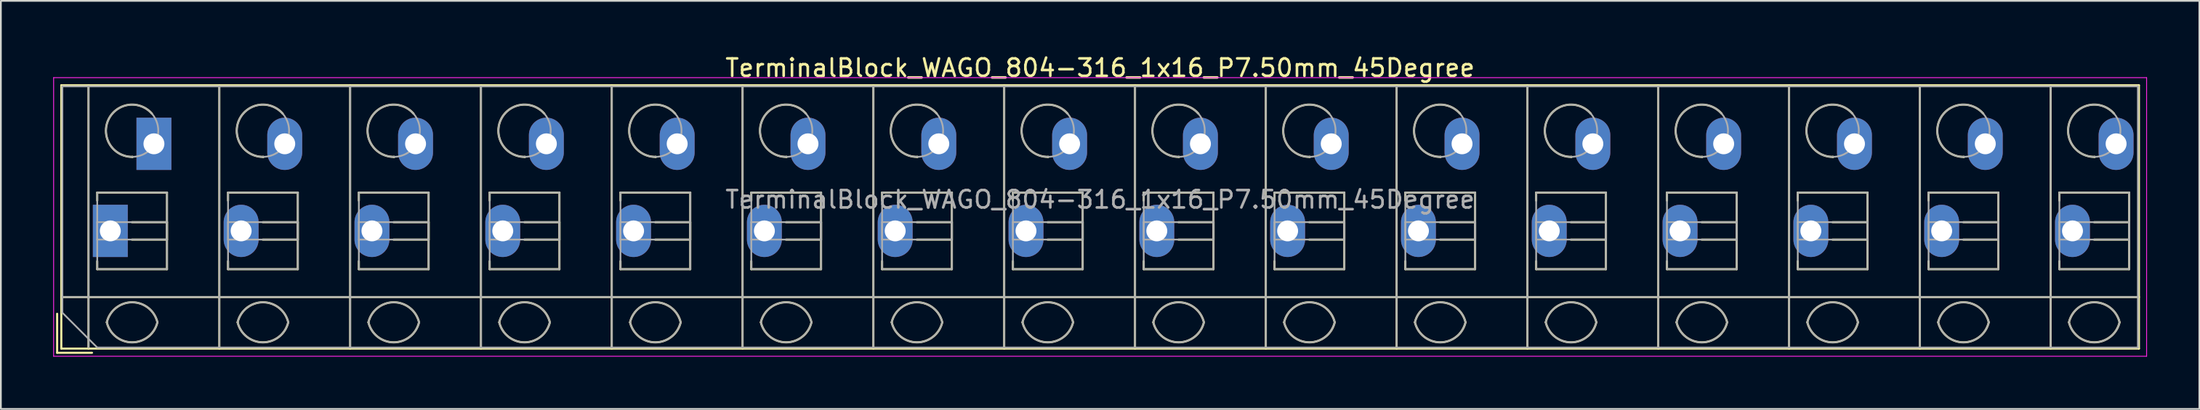
<source format=kicad_pcb>
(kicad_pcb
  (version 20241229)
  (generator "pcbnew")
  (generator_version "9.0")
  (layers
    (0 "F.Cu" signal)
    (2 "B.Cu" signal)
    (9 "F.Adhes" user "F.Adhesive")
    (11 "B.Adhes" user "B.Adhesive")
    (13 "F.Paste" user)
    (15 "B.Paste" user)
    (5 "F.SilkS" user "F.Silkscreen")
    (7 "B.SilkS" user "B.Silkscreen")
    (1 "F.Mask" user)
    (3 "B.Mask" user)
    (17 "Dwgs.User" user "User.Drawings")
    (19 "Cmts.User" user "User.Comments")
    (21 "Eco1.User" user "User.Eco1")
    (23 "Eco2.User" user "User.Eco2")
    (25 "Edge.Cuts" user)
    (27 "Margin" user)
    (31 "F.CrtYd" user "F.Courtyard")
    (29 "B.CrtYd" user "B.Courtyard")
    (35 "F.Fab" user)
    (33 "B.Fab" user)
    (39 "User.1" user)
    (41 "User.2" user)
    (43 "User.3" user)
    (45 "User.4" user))
  (footprint "TerminalBlock_WAGO_804-316_1x16_P7.50mm_45Degree"
    (layer "F.Cu")
    (at 3.275 10.208)
    (property "Reference" "TerminalBlock_WAGO_804-316_1x16_P7.50mm_45Degree" (at 56.75 -9.36 0) (layer "F.SilkS") (effects (font (size 1 1) (thickness 0.15))))
    (attr through_hole)
    (fp_line (start -3.05 4.76) (end -3.05 7) (stroke (width 0.12) (type solid)) (layer "F.SilkS"))
    (fp_line (start -3.05 7) (end -1.05 7) (stroke (width 0.12) (type solid)) (layer "F.SilkS"))
    (fp_line (start -2.81 -8.361) (end -2.81 6.76) (stroke (width 0.12) (type solid)) (layer "F.SilkS"))
    (fp_line (start -2.81 -8.361) (end 116.31 -8.361) (stroke (width 0.12) (type solid)) (layer "F.SilkS"))
    (fp_line (start -2.81 3.8) (end 116.31 3.8) (stroke (width 0.12) (type solid)) (layer "F.SilkS"))
    (fp_line (start -2.81 6.76) (end 116.31 6.76) (stroke (width 0.12) (type solid)) (layer "F.SilkS"))
    (fp_line (start -1.25 -8.361) (end -1.25 6.76) (stroke (width 0.12) (type solid)) (layer "F.SilkS"))
    (fp_line (start -0.75 -2.2) (end -0.75 -1.74) (stroke (width 0.12) (type solid)) (layer "F.SilkS"))
    (fp_line (start -0.75 -2.2) (end 3.25 -2.2) (stroke (width 0.12) (type solid)) (layer "F.SilkS"))
    (fp_line (start -0.75 1.74) (end -0.75 2.2) (stroke (width 0.12) (type solid)) (layer "F.SilkS"))
    (fp_line (start -0.75 2.2) (end 3.25 2.2) (stroke (width 0.12) (type solid)) (layer "F.SilkS"))
    (fp_line (start 1.24 -0.5) (end 3.25 -0.5) (stroke (width 0.12) (type solid)) (layer "F.SilkS"))
    (fp_line (start 1.24 0.5) (end 3.25 0.5) (stroke (width 0.12) (type solid)) (layer "F.SilkS"))
    (fp_line (start 3.25 -2.2) (end 3.25 2.2) (stroke (width 0.12) (type solid)) (layer "F.SilkS"))
    (fp_line (start 3.25 -0.5) (end 3.25 0.5) (stroke (width 0.12) (type solid)) (layer "F.SilkS"))
    (fp_line (start 6.25 -8.361) (end 6.25 6.76) (stroke (width 0.12) (type solid)) (layer "F.SilkS"))
    (fp_line (start 6.75 -2.2) (end 6.75 -1.74) (stroke (width 0.12) (type solid)) (layer "F.SilkS"))
    (fp_line (start 6.75 -2.2) (end 10.75 -2.2) (stroke (width 0.12) (type solid)) (layer "F.SilkS"))
    (fp_line (start 6.75 1.74) (end 6.75 2.2) (stroke (width 0.12) (type solid)) (layer "F.SilkS"))
    (fp_line (start 6.75 2.2) (end 10.75 2.2) (stroke (width 0.12) (type solid)) (layer "F.SilkS"))
    (fp_line (start 8.74 -0.5) (end 10.75 -0.5) (stroke (width 0.12) (type solid)) (layer "F.SilkS"))
    (fp_line (start 8.74 0.5) (end 10.75 0.5) (stroke (width 0.12) (type solid)) (layer "F.SilkS"))
    (fp_line (start 10.75 -2.2) (end 10.75 2.2) (stroke (width 0.12) (type solid)) (layer "F.SilkS"))
    (fp_line (start 10.75 -0.5) (end 10.75 0.5) (stroke (width 0.12) (type solid)) (layer "F.SilkS"))
    (fp_line (start 13.75 -8.361) (end 13.75 6.76) (stroke (width 0.12) (type solid)) (layer "F.SilkS"))
    (fp_line (start 14.25 -2.2) (end 14.25 -1.74) (stroke (width 0.12) (type solid)) (layer "F.SilkS"))
    (fp_line (start 14.25 -2.2) (end 18.25 -2.2) (stroke (width 0.12) (type solid)) (layer "F.SilkS"))
    (fp_line (start 14.25 1.74) (end 14.25 2.2) (stroke (width 0.12) (type solid)) (layer "F.SilkS"))
    (fp_line (start 14.25 2.2) (end 18.25 2.2) (stroke (width 0.12) (type solid)) (layer "F.SilkS"))
    (fp_line (start 16.24 -0.5) (end 18.25 -0.5) (stroke (width 0.12) (type solid)) (layer "F.SilkS"))
    (fp_line (start 16.24 0.5) (end 18.25 0.5) (stroke (width 0.12) (type solid)) (layer "F.SilkS"))
    (fp_line (start 18.25 -2.2) (end 18.25 2.2) (stroke (width 0.12) (type solid)) (layer "F.SilkS"))
    (fp_line (start 18.25 -0.5) (end 18.25 0.5) (stroke (width 0.12) (type solid)) (layer "F.SilkS"))
    (fp_line (start 21.25 -8.361) (end 21.25 6.76) (stroke (width 0.12) (type solid)) (layer "F.SilkS"))
    (fp_line (start 21.75 -2.2) (end 21.75 -1.74) (stroke (width 0.12) (type solid)) (layer "F.SilkS"))
    (fp_line (start 21.75 -2.2) (end 25.75 -2.2) (stroke (width 0.12) (type solid)) (layer "F.SilkS"))
    (fp_line (start 21.75 1.74) (end 21.75 2.2) (stroke (width 0.12) (type solid)) (layer "F.SilkS"))
    (fp_line (start 21.75 2.2) (end 25.75 2.2) (stroke (width 0.12) (type solid)) (layer "F.SilkS"))
    (fp_line (start 23.74 -0.5) (end 25.75 -0.5) (stroke (width 0.12) (type solid)) (layer "F.SilkS"))
    (fp_line (start 23.74 0.5) (end 25.75 0.5) (stroke (width 0.12) (type solid)) (layer "F.SilkS"))
    (fp_line (start 25.75 -2.2) (end 25.75 2.2) (stroke (width 0.12) (type solid)) (layer "F.SilkS"))
    (fp_line (start 25.75 -0.5) (end 25.75 0.5) (stroke (width 0.12) (type solid)) (layer "F.SilkS"))
    (fp_line (start 28.75 -8.361) (end 28.75 6.76) (stroke (width 0.12) (type solid)) (layer "F.SilkS"))
    (fp_line (start 29.25 -2.2) (end 29.25 -1.74) (stroke (width 0.12) (type solid)) (layer "F.SilkS"))
    (fp_line (start 29.25 -2.2) (end 33.25 -2.2) (stroke (width 0.12) (type solid)) (layer "F.SilkS"))
    (fp_line (start 29.25 1.74) (end 29.25 2.2) (stroke (width 0.12) (type solid)) (layer "F.SilkS"))
    (fp_line (start 29.25 2.2) (end 33.25 2.2) (stroke (width 0.12) (type solid)) (layer "F.SilkS"))
    (fp_line (start 31.24 -0.5) (end 33.25 -0.5) (stroke (width 0.12) (type solid)) (layer "F.SilkS"))
    (fp_line (start 31.24 0.5) (end 33.25 0.5) (stroke (width 0.12) (type solid)) (layer "F.SilkS"))
    (fp_line (start 33.25 -2.2) (end 33.25 2.2) (stroke (width 0.12) (type solid)) (layer "F.SilkS"))
    (fp_line (start 33.25 -0.5) (end 33.25 0.5) (stroke (width 0.12) (type solid)) (layer "F.SilkS"))
    (fp_line (start 36.25 -8.361) (end 36.25 6.76) (stroke (width 0.12) (type solid)) (layer "F.SilkS"))
    (fp_line (start 36.75 -2.2) (end 36.75 -1.74) (stroke (width 0.12) (type solid)) (layer "F.SilkS"))
    (fp_line (start 36.75 -2.2) (end 40.75 -2.2) (stroke (width 0.12) (type solid)) (layer "F.SilkS"))
    (fp_line (start 36.75 1.74) (end 36.75 2.2) (stroke (width 0.12) (type solid)) (layer "F.SilkS"))
    (fp_line (start 36.75 2.2) (end 40.75 2.2) (stroke (width 0.12) (type solid)) (layer "F.SilkS"))
    (fp_line (start 38.74 -0.5) (end 40.75 -0.5) (stroke (width 0.12) (type solid)) (layer "F.SilkS"))
    (fp_line (start 38.74 0.5) (end 40.75 0.5) (stroke (width 0.12) (type solid)) (layer "F.SilkS"))
    (fp_line (start 40.75 -2.2) (end 40.75 2.2) (stroke (width 0.12) (type solid)) (layer "F.SilkS"))
    (fp_line (start 40.75 -0.5) (end 40.75 0.5) (stroke (width 0.12) (type solid)) (layer "F.SilkS"))
    (fp_line (start 43.75 -8.361) (end 43.75 6.76) (stroke (width 0.12) (type solid)) (layer "F.SilkS"))
    (fp_line (start 44.25 -2.2) (end 44.25 -1.74) (stroke (width 0.12) (type solid)) (layer "F.SilkS"))
    (fp_line (start 44.25 -2.2) (end 48.25 -2.2) (stroke (width 0.12) (type solid)) (layer "F.SilkS"))
    (fp_line (start 44.25 1.74) (end 44.25 2.2) (stroke (width 0.12) (type solid)) (layer "F.SilkS"))
    (fp_line (start 44.25 2.2) (end 48.25 2.2) (stroke (width 0.12) (type solid)) (layer "F.SilkS"))
    (fp_line (start 46.24 -0.5) (end 48.25 -0.5) (stroke (width 0.12) (type solid)) (layer "F.SilkS"))
    (fp_line (start 46.24 0.5) (end 48.25 0.5) (stroke (width 0.12) (type solid)) (layer "F.SilkS"))
    (fp_line (start 48.25 -2.2) (end 48.25 2.2) (stroke (width 0.12) (type solid)) (layer "F.SilkS"))
    (fp_line (start 48.25 -0.5) (end 48.25 0.5) (stroke (width 0.12) (type solid)) (layer "F.SilkS"))
    (fp_line (start 51.25 -8.361) (end 51.25 6.76) (stroke (width 0.12) (type solid)) (layer "F.SilkS"))
    (fp_line (start 51.75 -2.2) (end 51.75 -1.74) (stroke (width 0.12) (type solid)) (layer "F.SilkS"))
    (fp_line (start 51.75 -2.2) (end 55.75 -2.2) (stroke (width 0.12) (type solid)) (layer "F.SilkS"))
    (fp_line (start 51.75 1.74) (end 51.75 2.2) (stroke (width 0.12) (type solid)) (layer "F.SilkS"))
    (fp_line (start 51.75 2.2) (end 55.75 2.2) (stroke (width 0.12) (type solid)) (layer "F.SilkS"))
    (fp_line (start 53.74 -0.5) (end 55.75 -0.5) (stroke (width 0.12) (type solid)) (layer "F.SilkS"))
    (fp_line (start 53.74 0.5) (end 55.75 0.5) (stroke (width 0.12) (type solid)) (layer "F.SilkS"))
    (fp_line (start 55.75 -2.2) (end 55.75 2.2) (stroke (width 0.12) (type solid)) (layer "F.SilkS"))
    (fp_line (start 55.75 -0.5) (end 55.75 0.5) (stroke (width 0.12) (type solid)) (layer "F.SilkS"))
    (fp_line (start 58.75 -8.361) (end 58.75 6.76) (stroke (width 0.12) (type solid)) (layer "F.SilkS"))
    (fp_line (start 59.25 -2.2) (end 59.25 -1.74) (stroke (width 0.12) (type solid)) (layer "F.SilkS"))
    (fp_line (start 59.25 -2.2) (end 63.25 -2.2) (stroke (width 0.12) (type solid)) (layer "F.SilkS"))
    (fp_line (start 59.25 1.74) (end 59.25 2.2) (stroke (width 0.12) (type solid)) (layer "F.SilkS"))
    (fp_line (start 59.25 2.2) (end 63.25 2.2) (stroke (width 0.12) (type solid)) (layer "F.SilkS"))
    (fp_line (start 61.24 -0.5) (end 63.25 -0.5) (stroke (width 0.12) (type solid)) (layer "F.SilkS"))
    (fp_line (start 61.24 0.5) (end 63.25 0.5) (stroke (width 0.12) (type solid)) (layer "F.SilkS"))
    (fp_line (start 63.25 -2.2) (end 63.25 2.2) (stroke (width 0.12) (type solid)) (layer "F.SilkS"))
    (fp_line (start 63.25 -0.5) (end 63.25 0.5) (stroke (width 0.12) (type solid)) (layer "F.SilkS"))
    (fp_line (start 66.25 -8.361) (end 66.25 6.76) (stroke (width 0.12) (type solid)) (layer "F.SilkS"))
    (fp_line (start 66.75 -2.2) (end 66.75 -1.74) (stroke (width 0.12) (type solid)) (layer "F.SilkS"))
    (fp_line (start 66.75 -2.2) (end 70.75 -2.2) (stroke (width 0.12) (type solid)) (layer "F.SilkS"))
    (fp_line (start 66.75 1.74) (end 66.75 2.2) (stroke (width 0.12) (type solid)) (layer "F.SilkS"))
    (fp_line (start 66.75 2.2) (end 70.75 2.2) (stroke (width 0.12) (type solid)) (layer "F.SilkS"))
    (fp_line (start 68.74 -0.5) (end 70.75 -0.5) (stroke (width 0.12) (type solid)) (layer "F.SilkS"))
    (fp_line (start 68.74 0.5) (end 70.75 0.5) (stroke (width 0.12) (type solid)) (layer "F.SilkS"))
    (fp_line (start 70.75 -2.2) (end 70.75 2.2) (stroke (width 0.12) (type solid)) (layer "F.SilkS"))
    (fp_line (start 70.75 -0.5) (end 70.75 0.5) (stroke (width 0.12) (type solid)) (layer "F.SilkS"))
    (fp_line (start 73.75 -8.361) (end 73.75 6.76) (stroke (width 0.12) (type solid)) (layer "F.SilkS"))
    (fp_line (start 74.25 -2.2) (end 74.25 -1.74) (stroke (width 0.12) (type solid)) (layer "F.SilkS"))
    (fp_line (start 74.25 -2.2) (end 78.25 -2.2) (stroke (width 0.12) (type solid)) (layer "F.SilkS"))
    (fp_line (start 74.25 1.74) (end 74.25 2.2) (stroke (width 0.12) (type solid)) (layer "F.SilkS"))
    (fp_line (start 74.25 2.2) (end 78.25 2.2) (stroke (width 0.12) (type solid)) (layer "F.SilkS"))
    (fp_line (start 76.24 -0.5) (end 78.25 -0.5) (stroke (width 0.12) (type solid)) (layer "F.SilkS"))
    (fp_line (start 76.24 0.5) (end 78.25 0.5) (stroke (width 0.12) (type solid)) (layer "F.SilkS"))
    (fp_line (start 78.25 -2.2) (end 78.25 2.2) (stroke (width 0.12) (type solid)) (layer "F.SilkS"))
    (fp_line (start 78.25 -0.5) (end 78.25 0.5) (stroke (width 0.12) (type solid)) (layer "F.SilkS"))
    (fp_line (start 81.25 -8.361) (end 81.25 6.76) (stroke (width 0.12) (type solid)) (layer "F.SilkS"))
    (fp_line (start 81.75 -2.2) (end 81.75 -1.74) (stroke (width 0.12) (type solid)) (layer "F.SilkS"))
    (fp_line (start 81.75 -2.2) (end 85.75 -2.2) (stroke (width 0.12) (type solid)) (layer "F.SilkS"))
    (fp_line (start 81.75 1.74) (end 81.75 2.2) (stroke (width 0.12) (type solid)) (layer "F.SilkS"))
    (fp_line (start 81.75 2.2) (end 85.75 2.2) (stroke (width 0.12) (type solid)) (layer "F.SilkS"))
    (fp_line (start 83.74 -0.5) (end 85.75 -0.5) (stroke (width 0.12) (type solid)) (layer "F.SilkS"))
    (fp_line (start 83.74 0.5) (end 85.75 0.5) (stroke (width 0.12) (type solid)) (layer "F.SilkS"))
    (fp_line (start 85.75 -2.2) (end 85.75 2.2) (stroke (width 0.12) (type solid)) (layer "F.SilkS"))
    (fp_line (start 85.75 -0.5) (end 85.75 0.5) (stroke (width 0.12) (type solid)) (layer "F.SilkS"))
    (fp_line (start 88.75 -8.361) (end 88.75 6.76) (stroke (width 0.12) (type solid)) (layer "F.SilkS"))
    (fp_line (start 89.25 -2.2) (end 89.25 -1.74) (stroke (width 0.12) (type solid)) (layer "F.SilkS"))
    (fp_line (start 89.25 -2.2) (end 93.25 -2.2) (stroke (width 0.12) (type solid)) (layer "F.SilkS"))
    (fp_line (start 89.25 1.74) (end 89.25 2.2) (stroke (width 0.12) (type solid)) (layer "F.SilkS"))
    (fp_line (start 89.25 2.2) (end 93.25 2.2) (stroke (width 0.12) (type solid)) (layer "F.SilkS"))
    (fp_line (start 91.24 -0.5) (end 93.25 -0.5) (stroke (width 0.12) (type solid)) (layer "F.SilkS"))
    (fp_line (start 91.24 0.5) (end 93.25 0.5) (stroke (width 0.12) (type solid)) (layer "F.SilkS"))
    (fp_line (start 93.25 -2.2) (end 93.25 2.2) (stroke (width 0.12) (type solid)) (layer "F.SilkS"))
    (fp_line (start 93.25 -0.5) (end 93.25 0.5) (stroke (width 0.12) (type solid)) (layer "F.SilkS"))
    (fp_line (start 96.25 -8.361) (end 96.25 6.76) (stroke (width 0.12) (type solid)) (layer "F.SilkS"))
    (fp_line (start 96.75 -2.2) (end 96.75 -1.74) (stroke (width 0.12) (type solid)) (layer "F.SilkS"))
    (fp_line (start 96.75 -2.2) (end 100.75 -2.2) (stroke (width 0.12) (type solid)) (layer "F.SilkS"))
    (fp_line (start 96.75 1.74) (end 96.75 2.2) (stroke (width 0.12) (type solid)) (layer "F.SilkS"))
    (fp_line (start 96.75 2.2) (end 100.75 2.2) (stroke (width 0.12) (type solid)) (layer "F.SilkS"))
    (fp_line (start 98.74 -0.5) (end 100.75 -0.5) (stroke (width 0.12) (type solid)) (layer "F.SilkS"))
    (fp_line (start 98.74 0.5) (end 100.75 0.5) (stroke (width 0.12) (type solid)) (layer "F.SilkS"))
    (fp_line (start 100.75 -2.2) (end 100.75 2.2) (stroke (width 0.12) (type solid)) (layer "F.SilkS"))
    (fp_line (start 100.75 -0.5) (end 100.75 0.5) (stroke (width 0.12) (type solid)) (layer "F.SilkS"))
    (fp_line (start 103.75 -8.361) (end 103.75 6.76) (stroke (width 0.12) (type solid)) (layer "F.SilkS"))
    (fp_line (start 104.25 -2.2) (end 104.25 -1.74) (stroke (width 0.12) (type solid)) (layer "F.SilkS"))
    (fp_line (start 104.25 -2.2) (end 108.25 -2.2) (stroke (width 0.12) (type solid)) (layer "F.SilkS"))
    (fp_line (start 104.25 1.74) (end 104.25 2.2) (stroke (width 0.12) (type solid)) (layer "F.SilkS"))
    (fp_line (start 104.25 2.2) (end 108.25 2.2) (stroke (width 0.12) (type solid)) (layer "F.SilkS"))
    (fp_line (start 106.24 -0.5) (end 108.25 -0.5) (stroke (width 0.12) (type solid)) (layer "F.SilkS"))
    (fp_line (start 106.24 0.5) (end 108.25 0.5) (stroke (width 0.12) (type solid)) (layer "F.SilkS"))
    (fp_line (start 108.25 -2.2) (end 108.25 2.2) (stroke (width 0.12) (type solid)) (layer "F.SilkS"))
    (fp_line (start 108.25 -0.5) (end 108.25 0.5) (stroke (width 0.12) (type solid)) (layer "F.SilkS"))
    (fp_line (start 111.25 -8.361) (end 111.25 6.76) (stroke (width 0.12) (type solid)) (layer "F.SilkS"))
    (fp_line (start 111.75 -2.2) (end 111.75 -1.74) (stroke (width 0.12) (type solid)) (layer "F.SilkS"))
    (fp_line (start 111.75 -2.2) (end 115.75 -2.2) (stroke (width 0.12) (type solid)) (layer "F.SilkS"))
    (fp_line (start 111.75 1.74) (end 111.75 2.2) (stroke (width 0.12) (type solid)) (layer "F.SilkS"))
    (fp_line (start 111.75 2.2) (end 115.75 2.2) (stroke (width 0.12) (type solid)) (layer "F.SilkS"))
    (fp_line (start 113.74 -0.5) (end 115.75 -0.5) (stroke (width 0.12) (type solid)) (layer "F.SilkS"))
    (fp_line (start 113.74 0.5) (end 115.75 0.5) (stroke (width 0.12) (type solid)) (layer "F.SilkS"))
    (fp_line (start 115.75 -2.2) (end 115.75 2.2) (stroke (width 0.12) (type solid)) (layer "F.SilkS"))
    (fp_line (start 115.75 -0.5) (end 115.75 0.5) (stroke (width 0.12) (type solid)) (layer "F.SilkS"))
    (fp_line (start 116.31 -8.361) (end 116.31 6.76) (stroke (width 0.12) (type solid)) (layer "F.SilkS"))
    (fp_arc (start -0.200865 5.250424) (mid 1.250296 4.099926) (end 2.701 5.251) (stroke (width 0.12) (type solid)) (layer "F.SilkS"))
    (fp_arc (start 1.276179 -4.250228) (mid 1.26309 -4.250057) (end 1.25 -4.25) (stroke (width 0.12) (type solid)) (layer "F.SilkS"))
    (fp_arc (start 1.276275 -4.248926) (mid -0.121539 -6.360568) (end 2.383 -6.735) (stroke (width 0.12) (type solid)) (layer "F.SilkS"))
    (fp_arc (start 2.7 5.25) (mid 1.250068 6.400101) (end -0.199969 5.250133) (stroke (width 0.12) (type solid)) (layer "F.SilkS"))
    (fp_arc (start 7.299135 5.250424) (mid 8.750296 4.099926) (end 10.201 5.251) (stroke (width 0.12) (type solid)) (layer "F.SilkS"))
    (fp_arc (start 8.776179 -4.250228) (mid 8.76309 -4.250057) (end 8.75 -4.25) (stroke (width 0.12) (type solid)) (layer "F.SilkS"))
    (fp_arc (start 8.776275 -4.248926) (mid 7.378461 -6.360568) (end 9.883 -6.735) (stroke (width 0.12) (type solid)) (layer "F.SilkS"))
    (fp_arc (start 10.2 5.25) (mid 8.750068 6.400101) (end 7.300031 5.250133) (stroke (width 0.12) (type solid)) (layer "F.SilkS"))
    (fp_arc (start 14.799135 5.250424) (mid 16.250296 4.099926) (end 17.701 5.251) (stroke (width 0.12) (type solid)) (layer "F.SilkS"))
    (fp_arc (start 16.276179 -4.250228) (mid 16.26309 -4.250057) (end 16.25 -4.25) (stroke (width 0.12) (type solid)) (layer "F.SilkS"))
    (fp_arc (start 16.276275 -4.248926) (mid 14.878461 -6.360568) (end 17.383 -6.735) (stroke (width 0.12) (type solid)) (layer "F.SilkS"))
    (fp_arc (start 17.7 5.25) (mid 16.250068 6.400101) (end 14.800031 5.250133) (stroke (width 0.12) (type solid)) (layer "F.SilkS"))
    (fp_arc (start 22.299135 5.250424) (mid 23.750296 4.099926) (end 25.201 5.251) (stroke (width 0.12) (type solid)) (layer "F.SilkS"))
    (fp_arc (start 23.776179 -4.250228) (mid 23.76309 -4.250057) (end 23.75 -4.25) (stroke (width 0.12) (type solid)) (layer "F.SilkS"))
    (fp_arc (start 23.776275 -4.248926) (mid 22.378461 -6.360568) (end 24.883 -6.735) (stroke (width 0.12) (type solid)) (layer "F.SilkS"))
    (fp_arc (start 25.2 5.25) (mid 23.750068 6.400101) (end 22.300031 5.250133) (stroke (width 0.12) (type solid)) (layer "F.SilkS"))
    (fp_arc (start 29.799135 5.250424) (mid 31.250296 4.099926) (end 32.701 5.251) (stroke (width 0.12) (type solid)) (layer "F.SilkS"))
    (fp_arc (start 31.276179 -4.250228) (mid 31.26309 -4.250057) (end 31.25 -4.25) (stroke (width 0.12) (type solid)) (layer "F.SilkS"))
    (fp_arc (start 31.276275 -4.248926) (mid 29.878461 -6.360568) (end 32.383 -6.735) (stroke (width 0.12) (type solid)) (layer "F.SilkS"))
    (fp_arc (start 32.701 5.25) (mid 31.250296 6.401074) (end 29.799135 5.250576) (stroke (width 0.12) (type solid)) (layer "F.SilkS"))
    (fp_arc (start 37.299135 5.250424) (mid 38.750296 4.099926) (end 40.201 5.251) (stroke (width 0.12) (type solid)) (layer "F.SilkS"))
    (fp_arc (start 38.776179 -4.250228) (mid 38.76309 -4.250057) (end 38.75 -4.25) (stroke (width 0.12) (type solid)) (layer "F.SilkS"))
    (fp_arc (start 38.776275 -4.248926) (mid 37.378461 -6.360568) (end 39.883 -6.735) (stroke (width 0.12) (type solid)) (layer "F.SilkS"))
    (fp_arc (start 40.2 5.25) (mid 38.750068 6.400101) (end 37.300031 5.250133) (stroke (width 0.12) (type solid)) (layer "F.SilkS"))
    (fp_arc (start 44.799135 5.250424) (mid 46.250296 4.099926) (end 47.701 5.251) (stroke (width 0.12) (type solid)) (layer "F.SilkS"))
    (fp_arc (start 46.276179 -4.250228) (mid 46.26309 -4.250057) (end 46.25 -4.25) (stroke (width 0.12) (type solid)) (layer "F.SilkS"))
    (fp_arc (start 46.276275 -4.248926) (mid 44.878461 -6.360568) (end 47.383 -6.735) (stroke (width 0.12) (type solid)) (layer "F.SilkS"))
    (fp_arc (start 47.7 5.25) (mid 46.250068 6.400101) (end 44.800031 5.250133) (stroke (width 0.12) (type solid)) (layer "F.SilkS"))
    (fp_arc (start 52.299135 5.250424) (mid 53.750296 4.099926) (end 55.201 5.251) (stroke (width 0.12) (type solid)) (layer "F.SilkS"))
    (fp_arc (start 53.776179 -4.250228) (mid 53.76309 -4.250057) (end 53.75 -4.25) (stroke (width 0.12) (type solid)) (layer "F.SilkS"))
    (fp_arc (start 53.776275 -4.248926) (mid 52.378461 -6.360568) (end 54.883 -6.735) (stroke (width 0.12) (type solid)) (layer "F.SilkS"))
    (fp_arc (start 55.2 5.25) (mid 53.750068 6.400101) (end 52.300031 5.250133) (stroke (width 0.12) (type solid)) (layer "F.SilkS"))
    (fp_arc (start 59.799135 5.250424) (mid 61.250296 4.099926) (end 62.701 5.251) (stroke (width 0.12) (type solid)) (layer "F.SilkS"))
    (fp_arc (start 61.276179 -4.250228) (mid 61.26309 -4.250057) (end 61.25 -4.25) (stroke (width 0.12) (type solid)) (layer "F.SilkS"))
    (fp_arc (start 61.276275 -4.248926) (mid 59.878461 -6.360568) (end 62.383 -6.735) (stroke (width 0.12) (type solid)) (layer "F.SilkS"))
    (fp_arc (start 62.7 5.25) (mid 61.250068 6.400101) (end 59.800031 5.250133) (stroke (width 0.12) (type solid)) (layer "F.SilkS"))
    (fp_arc (start 67.299135 5.250424) (mid 68.750296 4.099926) (end 70.201 5.251) (stroke (width 0.12) (type solid)) (layer "F.SilkS"))
    (fp_arc (start 68.776179 -4.250228) (mid 68.76309 -4.250057) (end 68.75 -4.25) (stroke (width 0.12) (type solid)) (layer "F.SilkS"))
    (fp_arc (start 68.776275 -4.248926) (mid 67.378461 -6.360568) (end 69.883 -6.735) (stroke (width 0.12) (type solid)) (layer "F.SilkS"))
    (fp_arc (start 70.2 5.25) (mid 68.750068 6.400101) (end 67.300031 5.250133) (stroke (width 0.12) (type solid)) (layer "F.SilkS"))
    (fp_arc (start 74.799135 5.250424) (mid 76.250296 4.099926) (end 77.701 5.251) (stroke (width 0.12) (type solid)) (layer "F.SilkS"))
    (fp_arc (start 76.276179 -4.250228) (mid 76.26309 -4.250057) (end 76.25 -4.25) (stroke (width 0.12) (type solid)) (layer "F.SilkS"))
    (fp_arc (start 76.276275 -4.248926) (mid 74.878461 -6.360568) (end 77.383 -6.735) (stroke (width 0.12) (type solid)) (layer "F.SilkS"))
    (fp_arc (start 77.7 5.25) (mid 76.250068 6.400101) (end 74.800031 5.250133) (stroke (width 0.12) (type solid)) (layer "F.SilkS"))
    (fp_arc (start 82.299135 5.250424) (mid 83.750296 4.099926) (end 85.201 5.251) (stroke (width 0.12) (type solid)) (layer "F.SilkS"))
    (fp_arc (start 83.776179 -4.250228) (mid 83.76309 -4.250057) (end 83.75 -4.25) (stroke (width 0.12) (type solid)) (layer "F.SilkS"))
    (fp_arc (start 83.776275 -4.248926) (mid 82.378461 -6.360568) (end 84.883 -6.735) (stroke (width 0.12) (type solid)) (layer "F.SilkS"))
    (fp_arc (start 85.2 5.25) (mid 83.750068 6.400101) (end 82.300031 5.250133) (stroke (width 0.12) (type solid)) (layer "F.SilkS"))
    (fp_arc (start 89.799135 5.250424) (mid 91.250296 4.099926) (end 92.701 5.251) (stroke (width 0.12) (type solid)) (layer "F.SilkS"))
    (fp_arc (start 91.276179 -4.250228) (mid 91.26309 -4.250057) (end 91.25 -4.25) (stroke (width 0.12) (type solid)) (layer "F.SilkS"))
    (fp_arc (start 91.276275 -4.248926) (mid 89.878461 -6.360568) (end 92.383 -6.735) (stroke (width 0.12) (type solid)) (layer "F.SilkS"))
    (fp_arc (start 92.7 5.25) (mid 91.250068 6.400101) (end 89.800031 5.250133) (stroke (width 0.12) (type solid)) (layer "F.SilkS"))
    (fp_arc (start 97.299135 5.250424) (mid 98.750296 4.099926) (end 100.201 5.251) (stroke (width 0.12) (type solid)) (layer "F.SilkS"))
    (fp_arc (start 98.776179 -4.250228) (mid 98.76309 -4.250057) (end 98.75 -4.25) (stroke (width 0.12) (type solid)) (layer "F.SilkS"))
    (fp_arc (start 98.776275 -4.248926) (mid 97.378461 -6.360568) (end 99.883 -6.735) (stroke (width 0.12) (type solid)) (layer "F.SilkS"))
    (fp_arc (start 100.2 5.25) (mid 98.750068 6.400101) (end 97.300031 5.250133) (stroke (width 0.12) (type solid)) (layer "F.SilkS"))
    (fp_arc (start 104.799135 5.250424) (mid 106.250296 4.099926) (end 107.701 5.251) (stroke (width 0.12) (type solid)) (layer "F.SilkS"))
    (fp_arc (start 106.276179 -4.250228) (mid 106.26309 -4.250057) (end 106.25 -4.25) (stroke (width 0.12) (type solid)) (layer "F.SilkS"))
    (fp_arc (start 106.276275 -4.248926) (mid 104.878461 -6.360568) (end 107.383 -6.735) (stroke (width 0.12) (type solid)) (layer "F.SilkS"))
    (fp_arc (start 107.7 5.25) (mid 106.250068 6.400101) (end 104.800031 5.250133) (stroke (width 0.12) (type solid)) (layer "F.SilkS"))
    (fp_arc (start 112.299135 5.250424) (mid 113.750296 4.099926) (end 115.201 5.251) (stroke (width 0.12) (type solid)) (layer "F.SilkS"))
    (fp_arc (start 113.776179 -4.250228) (mid 113.76309 -4.250057) (end 113.75 -4.25) (stroke (width 0.12) (type solid)) (layer "F.SilkS"))
    (fp_arc (start 113.776275 -4.248926) (mid 112.378461 -6.360568) (end 114.883 -6.735) (stroke (width 0.12) (type solid)) (layer "F.SilkS"))
    (fp_arc (start 115.2 5.25) (mid 113.750068 6.400101) (end 112.300031 5.250133) (stroke (width 0.12) (type solid)) (layer "F.SilkS"))
    (fp_line (start -3.25 -8.8) (end -3.25 7.2) (stroke (width 0.05) (type solid)) (layer "F.CrtYd"))
    (fp_line (start -3.25 7.2) (end 116.75 7.2) (stroke (width 0.05) (type solid)) (layer "F.CrtYd"))
    (fp_line (start 116.75 -8.8) (end -3.25 -8.8) (stroke (width 0.05) (type solid)) (layer "F.CrtYd"))
    (fp_line (start 116.75 7.2) (end 116.75 -8.8) (stroke (width 0.05) (type solid)) (layer "F.CrtYd"))
    (fp_line (start -2.75 -8.3) (end 116.25 -8.3) (stroke (width 0.1) (type solid)) (layer "F.Fab"))
    (fp_line (start -2.75 3.8) (end 116.25 3.8) (stroke (width 0.1) (type solid)) (layer "F.Fab"))
    (fp_line (start -2.75 4.7) (end -2.75 -8.3) (stroke (width 0.1) (type solid)) (layer "F.Fab"))
    (fp_line (start -1.25 -8.3) (end -1.25 6.7) (stroke (width 0.1) (type solid)) (layer "F.Fab"))
    (fp_line (start -0.75 -2.2) (end -0.75 2.2) (stroke (width 0.1) (type solid)) (layer "F.Fab"))
    (fp_line (start -0.75 -0.5) (end -0.75 0.5) (stroke (width 0.1) (type solid)) (layer "F.Fab"))
    (fp_line (start -0.75 0.5) (end 3.25 0.5) (stroke (width 0.1) (type solid)) (layer "F.Fab"))
    (fp_line (start -0.75 2.2) (end 3.25 2.2) (stroke (width 0.1) (type solid)) (layer "F.Fab"))
    (fp_line (start -0.75 6.7) (end -2.75 4.7) (stroke (width 0.1) (type solid)) (layer "F.Fab"))
    (fp_line (start 3.25 -2.2) (end -0.75 -2.2) (stroke (width 0.1) (type solid)) (layer "F.Fab"))
    (fp_line (start 3.25 -0.5) (end -0.75 -0.5) (stroke (width 0.1) (type solid)) (layer "F.Fab"))
    (fp_line (start 3.25 0.5) (end 3.25 -0.5) (stroke (width 0.1) (type solid)) (layer "F.Fab"))
    (fp_line (start 3.25 2.2) (end 3.25 -2.2) (stroke (width 0.1) (type solid)) (layer "F.Fab"))
    (fp_line (start 6.25 -8.3) (end 6.25 6.7) (stroke (width 0.1) (type solid)) (layer "F.Fab"))
    (fp_line (start 6.75 -2.2) (end 6.75 2.2) (stroke (width 0.1) (type solid)) (layer "F.Fab"))
    (fp_line (start 6.75 -0.5) (end 6.75 0.5) (stroke (width 0.1) (type solid)) (layer "F.Fab"))
    (fp_line (start 6.75 0.5) (end 10.75 0.5) (stroke (width 0.1) (type solid)) (layer "F.Fab"))
    (fp_line (start 6.75 2.2) (end 10.75 2.2) (stroke (width 0.1) (type solid)) (layer "F.Fab"))
    (fp_line (start 10.75 -2.2) (end 6.75 -2.2) (stroke (width 0.1) (type solid)) (layer "F.Fab"))
    (fp_line (start 10.75 -0.5) (end 6.75 -0.5) (stroke (width 0.1) (type solid)) (layer "F.Fab"))
    (fp_line (start 10.75 0.5) (end 10.75 -0.5) (stroke (width 0.1) (type solid)) (layer "F.Fab"))
    (fp_line (start 10.75 2.2) (end 10.75 -2.2) (stroke (width 0.1) (type solid)) (layer "F.Fab"))
    (fp_line (start 13.75 -8.3) (end 13.75 6.7) (stroke (width 0.1) (type solid)) (layer "F.Fab"))
    (fp_line (start 14.25 -2.2) (end 14.25 2.2) (stroke (width 0.1) (type solid)) (layer "F.Fab"))
    (fp_line (start 14.25 -0.5) (end 14.25 0.5) (stroke (width 0.1) (type solid)) (layer "F.Fab"))
    (fp_line (start 14.25 0.5) (end 18.25 0.5) (stroke (width 0.1) (type solid)) (layer "F.Fab"))
    (fp_line (start 14.25 2.2) (end 18.25 2.2) (stroke (width 0.1) (type solid)) (layer "F.Fab"))
    (fp_line (start 18.25 -2.2) (end 14.25 -2.2) (stroke (width 0.1) (type solid)) (layer "F.Fab"))
    (fp_line (start 18.25 -0.5) (end 14.25 -0.5) (stroke (width 0.1) (type solid)) (layer "F.Fab"))
    (fp_line (start 18.25 0.5) (end 18.25 -0.5) (stroke (width 0.1) (type solid)) (layer "F.Fab"))
    (fp_line (start 18.25 2.2) (end 18.25 -2.2) (stroke (width 0.1) (type solid)) (layer "F.Fab"))
    (fp_line (start 21.25 -8.3) (end 21.25 6.7) (stroke (width 0.1) (type solid)) (layer "F.Fab"))
    (fp_line (start 21.75 -2.2) (end 21.75 2.2) (stroke (width 0.1) (type solid)) (layer "F.Fab"))
    (fp_line (start 21.75 -0.5) (end 21.75 0.5) (stroke (width 0.1) (type solid)) (layer "F.Fab"))
    (fp_line (start 21.75 0.5) (end 25.75 0.5) (stroke (width 0.1) (type solid)) (layer "F.Fab"))
    (fp_line (start 21.75 2.2) (end 25.75 2.2) (stroke (width 0.1) (type solid)) (layer "F.Fab"))
    (fp_line (start 25.75 -2.2) (end 21.75 -2.2) (stroke (width 0.1) (type solid)) (layer "F.Fab"))
    (fp_line (start 25.75 -0.5) (end 21.75 -0.5) (stroke (width 0.1) (type solid)) (layer "F.Fab"))
    (fp_line (start 25.75 0.5) (end 25.75 -0.5) (stroke (width 0.1) (type solid)) (layer "F.Fab"))
    (fp_line (start 25.75 2.2) (end 25.75 -2.2) (stroke (width 0.1) (type solid)) (layer "F.Fab"))
    (fp_line (start 28.75 -8.3) (end 28.75 6.7) (stroke (width 0.1) (type solid)) (layer "F.Fab"))
    (fp_line (start 29.25 -2.2) (end 29.25 2.2) (stroke (width 0.1) (type solid)) (layer "F.Fab"))
    (fp_line (start 29.25 -0.5) (end 29.25 0.5) (stroke (width 0.1) (type solid)) (layer "F.Fab"))
    (fp_line (start 29.25 0.5) (end 33.25 0.5) (stroke (width 0.1) (type solid)) (layer "F.Fab"))
    (fp_line (start 29.25 2.2) (end 33.25 2.2) (stroke (width 0.1) (type solid)) (layer "F.Fab"))
    (fp_line (start 33.25 -2.2) (end 29.25 -2.2) (stroke (width 0.1) (type solid)) (layer "F.Fab"))
    (fp_line (start 33.25 -0.5) (end 29.25 -0.5) (stroke (width 0.1) (type solid)) (layer "F.Fab"))
    (fp_line (start 33.25 0.5) (end 33.25 -0.5) (stroke (width 0.1) (type solid)) (layer "F.Fab"))
    (fp_line (start 33.25 2.2) (end 33.25 -2.2) (stroke (width 0.1) (type solid)) (layer "F.Fab"))
    (fp_line (start 36.25 -8.3) (end 36.25 6.7) (stroke (width 0.1) (type solid)) (layer "F.Fab"))
    (fp_line (start 36.75 -2.2) (end 36.75 2.2) (stroke (width 0.1) (type solid)) (layer "F.Fab"))
    (fp_line (start 36.75 -0.5) (end 36.75 0.5) (stroke (width 0.1) (type solid)) (layer "F.Fab"))
    (fp_line (start 36.75 0.5) (end 40.75 0.5) (stroke (width 0.1) (type solid)) (layer "F.Fab"))
    (fp_line (start 36.75 2.2) (end 40.75 2.2) (stroke (width 0.1) (type solid)) (layer "F.Fab"))
    (fp_line (start 40.75 -2.2) (end 36.75 -2.2) (stroke (width 0.1) (type solid)) (layer "F.Fab"))
    (fp_line (start 40.75 -0.5) (end 36.75 -0.5) (stroke (width 0.1) (type solid)) (layer "F.Fab"))
    (fp_line (start 40.75 0.5) (end 40.75 -0.5) (stroke (width 0.1) (type solid)) (layer "F.Fab"))
    (fp_line (start 40.75 2.2) (end 40.75 -2.2) (stroke (width 0.1) (type solid)) (layer "F.Fab"))
    (fp_line (start 43.75 -8.3) (end 43.75 6.7) (stroke (width 0.1) (type solid)) (layer "F.Fab"))
    (fp_line (start 44.25 -2.2) (end 44.25 2.2) (stroke (width 0.1) (type solid)) (layer "F.Fab"))
    (fp_line (start 44.25 -0.5) (end 44.25 0.5) (stroke (width 0.1) (type solid)) (layer "F.Fab"))
    (fp_line (start 44.25 0.5) (end 48.25 0.5) (stroke (width 0.1) (type solid)) (layer "F.Fab"))
    (fp_line (start 44.25 2.2) (end 48.25 2.2) (stroke (width 0.1) (type solid)) (layer "F.Fab"))
    (fp_line (start 48.25 -2.2) (end 44.25 -2.2) (stroke (width 0.1) (type solid)) (layer "F.Fab"))
    (fp_line (start 48.25 -0.5) (end 44.25 -0.5) (stroke (width 0.1) (type solid)) (layer "F.Fab"))
    (fp_line (start 48.25 0.5) (end 48.25 -0.5) (stroke (width 0.1) (type solid)) (layer "F.Fab"))
    (fp_line (start 48.25 2.2) (end 48.25 -2.2) (stroke (width 0.1) (type solid)) (layer "F.Fab"))
    (fp_line (start 51.25 -8.3) (end 51.25 6.7) (stroke (width 0.1) (type solid)) (layer "F.Fab"))
    (fp_line (start 51.75 -2.2) (end 51.75 2.2) (stroke (width 0.1) (type solid)) (layer "F.Fab"))
    (fp_line (start 51.75 -0.5) (end 51.75 0.5) (stroke (width 0.1) (type solid)) (layer "F.Fab"))
    (fp_line (start 51.75 0.5) (end 55.75 0.5) (stroke (width 0.1) (type solid)) (layer "F.Fab"))
    (fp_line (start 51.75 2.2) (end 55.75 2.2) (stroke (width 0.1) (type solid)) (layer "F.Fab"))
    (fp_line (start 55.75 -2.2) (end 51.75 -2.2) (stroke (width 0.1) (type solid)) (layer "F.Fab"))
    (fp_line (start 55.75 -0.5) (end 51.75 -0.5) (stroke (width 0.1) (type solid)) (layer "F.Fab"))
    (fp_line (start 55.75 0.5) (end 55.75 -0.5) (stroke (width 0.1) (type solid)) (layer "F.Fab"))
    (fp_line (start 55.75 2.2) (end 55.75 -2.2) (stroke (width 0.1) (type solid)) (layer "F.Fab"))
    (fp_line (start 58.75 -8.3) (end 58.75 6.7) (stroke (width 0.1) (type solid)) (layer "F.Fab"))
    (fp_line (start 59.25 -2.2) (end 59.25 2.2) (stroke (width 0.1) (type solid)) (layer "F.Fab"))
    (fp_line (start 59.25 -0.5) (end 59.25 0.5) (stroke (width 0.1) (type solid)) (layer "F.Fab"))
    (fp_line (start 59.25 0.5) (end 63.25 0.5) (stroke (width 0.1) (type solid)) (layer "F.Fab"))
    (fp_line (start 59.25 2.2) (end 63.25 2.2) (stroke (width 0.1) (type solid)) (layer "F.Fab"))
    (fp_line (start 63.25 -2.2) (end 59.25 -2.2) (stroke (width 0.1) (type solid)) (layer "F.Fab"))
    (fp_line (start 63.25 -0.5) (end 59.25 -0.5) (stroke (width 0.1) (type solid)) (layer "F.Fab"))
    (fp_line (start 63.25 0.5) (end 63.25 -0.5) (stroke (width 0.1) (type solid)) (layer "F.Fab"))
    (fp_line (start 63.25 2.2) (end 63.25 -2.2) (stroke (width 0.1) (type solid)) (layer "F.Fab"))
    (fp_line (start 66.25 -8.3) (end 66.25 6.7) (stroke (width 0.1) (type solid)) (layer "F.Fab"))
    (fp_line (start 66.75 -2.2) (end 66.75 2.2) (stroke (width 0.1) (type solid)) (layer "F.Fab"))
    (fp_line (start 66.75 -0.5) (end 66.75 0.5) (stroke (width 0.1) (type solid)) (layer "F.Fab"))
    (fp_line (start 66.75 0.5) (end 70.75 0.5) (stroke (width 0.1) (type solid)) (layer "F.Fab"))
    (fp_line (start 66.75 2.2) (end 70.75 2.2) (stroke (width 0.1) (type solid)) (layer "F.Fab"))
    (fp_line (start 70.75 -2.2) (end 66.75 -2.2) (stroke (width 0.1) (type solid)) (layer "F.Fab"))
    (fp_line (start 70.75 -0.5) (end 66.75 -0.5) (stroke (width 0.1) (type solid)) (layer "F.Fab"))
    (fp_line (start 70.75 0.5) (end 70.75 -0.5) (stroke (width 0.1) (type solid)) (layer "F.Fab"))
    (fp_line (start 70.75 2.2) (end 70.75 -2.2) (stroke (width 0.1) (type solid)) (layer "F.Fab"))
    (fp_line (start 73.75 -8.3) (end 73.75 6.7) (stroke (width 0.1) (type solid)) (layer "F.Fab"))
    (fp_line (start 74.25 -2.2) (end 74.25 2.2) (stroke (width 0.1) (type solid)) (layer "F.Fab"))
    (fp_line (start 74.25 -0.5) (end 74.25 0.5) (stroke (width 0.1) (type solid)) (layer "F.Fab"))
    (fp_line (start 74.25 0.5) (end 78.25 0.5) (stroke (width 0.1) (type solid)) (layer "F.Fab"))
    (fp_line (start 74.25 2.2) (end 78.25 2.2) (stroke (width 0.1) (type solid)) (layer "F.Fab"))
    (fp_line (start 78.25 -2.2) (end 74.25 -2.2) (stroke (width 0.1) (type solid)) (layer "F.Fab"))
    (fp_line (start 78.25 -0.5) (end 74.25 -0.5) (stroke (width 0.1) (type solid)) (layer "F.Fab"))
    (fp_line (start 78.25 0.5) (end 78.25 -0.5) (stroke (width 0.1) (type solid)) (layer "F.Fab"))
    (fp_line (start 78.25 2.2) (end 78.25 -2.2) (stroke (width 0.1) (type solid)) (layer "F.Fab"))
    (fp_line (start 81.25 -8.3) (end 81.25 6.7) (stroke (width 0.1) (type solid)) (layer "F.Fab"))
    (fp_line (start 81.75 -2.2) (end 81.75 2.2) (stroke (width 0.1) (type solid)) (layer "F.Fab"))
    (fp_line (start 81.75 -0.5) (end 81.75 0.5) (stroke (width 0.1) (type solid)) (layer "F.Fab"))
    (fp_line (start 81.75 0.5) (end 85.75 0.5) (stroke (width 0.1) (type solid)) (layer "F.Fab"))
    (fp_line (start 81.75 2.2) (end 85.75 2.2) (stroke (width 0.1) (type solid)) (layer "F.Fab"))
    (fp_line (start 85.75 -2.2) (end 81.75 -2.2) (stroke (width 0.1) (type solid)) (layer "F.Fab"))
    (fp_line (start 85.75 -0.5) (end 81.75 -0.5) (stroke (width 0.1) (type solid)) (layer "F.Fab"))
    (fp_line (start 85.75 0.5) (end 85.75 -0.5) (stroke (width 0.1) (type solid)) (layer "F.Fab"))
    (fp_line (start 85.75 2.2) (end 85.75 -2.2) (stroke (width 0.1) (type solid)) (layer "F.Fab"))
    (fp_line (start 88.75 -8.3) (end 88.75 6.7) (stroke (width 0.1) (type solid)) (layer "F.Fab"))
    (fp_line (start 89.25 -2.2) (end 89.25 2.2) (stroke (width 0.1) (type solid)) (layer "F.Fab"))
    (fp_line (start 89.25 -0.5) (end 89.25 0.5) (stroke (width 0.1) (type solid)) (layer "F.Fab"))
    (fp_line (start 89.25 0.5) (end 93.25 0.5) (stroke (width 0.1) (type solid)) (layer "F.Fab"))
    (fp_line (start 89.25 2.2) (end 93.25 2.2) (stroke (width 0.1) (type solid)) (layer "F.Fab"))
    (fp_line (start 93.25 -2.2) (end 89.25 -2.2) (stroke (width 0.1) (type solid)) (layer "F.Fab"))
    (fp_line (start 93.25 -0.5) (end 89.25 -0.5) (stroke (width 0.1) (type solid)) (layer "F.Fab"))
    (fp_line (start 93.25 0.5) (end 93.25 -0.5) (stroke (width 0.1) (type solid)) (layer "F.Fab"))
    (fp_line (start 93.25 2.2) (end 93.25 -2.2) (stroke (width 0.1) (type solid)) (layer "F.Fab"))
    (fp_line (start 96.25 -8.3) (end 96.25 6.7) (stroke (width 0.1) (type solid)) (layer "F.Fab"))
    (fp_line (start 96.75 -2.2) (end 96.75 2.2) (stroke (width 0.1) (type solid)) (layer "F.Fab"))
    (fp_line (start 96.75 -0.5) (end 96.75 0.5) (stroke (width 0.1) (type solid)) (layer "F.Fab"))
    (fp_line (start 96.75 0.5) (end 100.75 0.5) (stroke (width 0.1) (type solid)) (layer "F.Fab"))
    (fp_line (start 96.75 2.2) (end 100.75 2.2) (stroke (width 0.1) (type solid)) (layer "F.Fab"))
    (fp_line (start 100.75 -2.2) (end 96.75 -2.2) (stroke (width 0.1) (type solid)) (layer "F.Fab"))
    (fp_line (start 100.75 -0.5) (end 96.75 -0.5) (stroke (width 0.1) (type solid)) (layer "F.Fab"))
    (fp_line (start 100.75 0.5) (end 100.75 -0.5) (stroke (width 0.1) (type solid)) (layer "F.Fab"))
    (fp_line (start 100.75 2.2) (end 100.75 -2.2) (stroke (width 0.1) (type solid)) (layer "F.Fab"))
    (fp_line (start 103.75 -8.3) (end 103.75 6.7) (stroke (width 0.1) (type solid)) (layer "F.Fab"))
    (fp_line (start 104.25 -2.2) (end 104.25 2.2) (stroke (width 0.1) (type solid)) (layer "F.Fab"))
    (fp_line (start 104.25 -0.5) (end 104.25 0.5) (stroke (width 0.1) (type solid)) (layer "F.Fab"))
    (fp_line (start 104.25 0.5) (end 108.25 0.5) (stroke (width 0.1) (type solid)) (layer "F.Fab"))
    (fp_line (start 104.25 2.2) (end 108.25 2.2) (stroke (width 0.1) (type solid)) (layer "F.Fab"))
    (fp_line (start 108.25 -2.2) (end 104.25 -2.2) (stroke (width 0.1) (type solid)) (layer "F.Fab"))
    (fp_line (start 108.25 -0.5) (end 104.25 -0.5) (stroke (width 0.1) (type solid)) (layer "F.Fab"))
    (fp_line (start 108.25 0.5) (end 108.25 -0.5) (stroke (width 0.1) (type solid)) (layer "F.Fab"))
    (fp_line (start 108.25 2.2) (end 108.25 -2.2) (stroke (width 0.1) (type solid)) (layer "F.Fab"))
    (fp_line (start 111.25 -8.3) (end 111.25 6.7) (stroke (width 0.1) (type solid)) (layer "F.Fab"))
    (fp_line (start 111.75 -2.2) (end 111.75 2.2) (stroke (width 0.1) (type solid)) (layer "F.Fab"))
    (fp_line (start 111.75 -0.5) (end 111.75 0.5) (stroke (width 0.1) (type solid)) (layer "F.Fab"))
    (fp_line (start 111.75 0.5) (end 115.75 0.5) (stroke (width 0.1) (type solid)) (layer "F.Fab"))
    (fp_line (start 111.75 2.2) (end 115.75 2.2) (stroke (width 0.1) (type solid)) (layer "F.Fab"))
    (fp_line (start 115.75 -2.2) (end 111.75 -2.2) (stroke (width 0.1) (type solid)) (layer "F.Fab"))
    (fp_line (start 115.75 -0.5) (end 111.75 -0.5) (stroke (width 0.1) (type solid)) (layer "F.Fab"))
    (fp_line (start 115.75 0.5) (end 115.75 -0.5) (stroke (width 0.1) (type solid)) (layer "F.Fab"))
    (fp_line (start 115.75 2.2) (end 115.75 -2.2) (stroke (width 0.1) (type solid)) (layer "F.Fab"))
    (fp_line (start 116.25 -8.3) (end 116.25 6.7) (stroke (width 0.1) (type solid)) (layer "F.Fab"))
    (fp_line (start 116.25 6.7) (end -0.75 6.7) (stroke (width 0.1) (type solid)) (layer "F.Fab"))
    (fp_arc (start -0.200865 5.250424) (mid 1.250296 4.099926) (end 2.701 5.251) (stroke (width 0.1) (type solid)) (layer "F.Fab"))
    (fp_arc (start 2.7 5.25) (mid 1.250068 6.400101) (end -0.199969 5.250133) (stroke (width 0.1) (type solid)) (layer "F.Fab"))
    (fp_arc (start 7.299135 5.250424) (mid 8.750296 4.099926) (end 10.201 5.251) (stroke (width 0.1) (type solid)) (layer "F.Fab"))
    (fp_arc (start 10.2 5.25) (mid 8.750068 6.400101) (end 7.300031 5.250133) (stroke (width 0.1) (type solid)) (layer "F.Fab"))
    (fp_arc (start 14.799135 5.250424) (mid 16.250296 4.099926) (end 17.701 5.251) (stroke (width 0.1) (type solid)) (layer "F.Fab"))
    (fp_arc (start 17.7 5.25) (mid 16.250068 6.400101) (end 14.800031 5.250133) (stroke (width 0.1) (type solid)) (layer "F.Fab"))
    (fp_arc (start 22.299135 5.250424) (mid 23.750296 4.099926) (end 25.201 5.251) (stroke (width 0.1) (type solid)) (layer "F.Fab"))
    (fp_arc (start 25.2 5.25) (mid 23.750068 6.400101) (end 22.300031 5.250133) (stroke (width 0.1) (type solid)) (layer "F.Fab"))
    (fp_arc (start 29.799135 5.250424) (mid 31.250296 4.099926) (end 32.701 5.251) (stroke (width 0.1) (type solid)) (layer "F.Fab"))
    (fp_arc (start 32.701 5.25) (mid 31.250296 6.401074) (end 29.799135 5.250576) (stroke (width 0.1) (type solid)) (layer "F.Fab"))
    (fp_arc (start 37.299135 5.250424) (mid 38.750296 4.099926) (end 40.201 5.251) (stroke (width 0.1) (type solid)) (layer "F.Fab"))
    (fp_arc (start 40.2 5.25) (mid 38.750068 6.400101) (end 37.300031 5.250133) (stroke (width 0.1) (type solid)) (layer "F.Fab"))
    (fp_arc (start 44.799135 5.250424) (mid 46.250296 4.099926) (end 47.701 5.251) (stroke (width 0.1) (type solid)) (layer "F.Fab"))
    (fp_arc (start 47.7 5.25) (mid 46.250068 6.400101) (end 44.800031 5.250133) (stroke (width 0.1) (type solid)) (layer "F.Fab"))
    (fp_arc (start 52.299135 5.250424) (mid 53.750296 4.099926) (end 55.201 5.251) (stroke (width 0.1) (type solid)) (layer "F.Fab"))
    (fp_arc (start 55.2 5.25) (mid 53.750068 6.400101) (end 52.300031 5.250133) (stroke (width 0.1) (type solid)) (layer "F.Fab"))
    (fp_arc (start 59.799135 5.250424) (mid 61.250296 4.099926) (end 62.701 5.251) (stroke (width 0.1) (type solid)) (layer "F.Fab"))
    (fp_arc (start 62.7 5.25) (mid 61.250068 6.400101) (end 59.800031 5.250133) (stroke (width 0.1) (type solid)) (layer "F.Fab"))
    (fp_arc (start 67.299135 5.250424) (mid 68.750296 4.099926) (end 70.201 5.251) (stroke (width 0.1) (type solid)) (layer "F.Fab"))
    (fp_arc (start 70.2 5.25) (mid 68.750068 6.400101) (end 67.300031 5.250133) (stroke (width 0.1) (type solid)) (layer "F.Fab"))
    (fp_arc (start 74.799135 5.250424) (mid 76.250296 4.099926) (end 77.701 5.251) (stroke (width 0.1) (type solid)) (layer "F.Fab"))
    (fp_arc (start 77.7 5.25) (mid 76.250068 6.400101) (end 74.800031 5.250133) (stroke (width 0.1) (type solid)) (layer "F.Fab"))
    (fp_arc (start 82.299135 5.250424) (mid 83.750296 4.099926) (end 85.201 5.251) (stroke (width 0.1) (type solid)) (layer "F.Fab"))
    (fp_arc (start 85.2 5.25) (mid 83.750068 6.400101) (end 82.300031 5.250133) (stroke (width 0.1) (type solid)) (layer "F.Fab"))
    (fp_arc (start 89.799135 5.250424) (mid 91.250296 4.099926) (end 92.701 5.251) (stroke (width 0.1) (type solid)) (layer "F.Fab"))
    (fp_arc (start 92.7 5.25) (mid 91.250068 6.400101) (end 89.800031 5.250133) (stroke (width 0.1) (type solid)) (layer "F.Fab"))
    (fp_arc (start 97.299135 5.250424) (mid 98.750296 4.099926) (end 100.201 5.251) (stroke (width 0.1) (type solid)) (layer "F.Fab"))
    (fp_arc (start 100.2 5.25) (mid 98.750068 6.400101) (end 97.300031 5.250133) (stroke (width 0.1) (type solid)) (layer "F.Fab"))
    (fp_arc (start 104.799135 5.250424) (mid 106.250296 4.099926) (end 107.701 5.251) (stroke (width 0.1) (type solid)) (layer "F.Fab"))
    (fp_arc (start 107.7 5.25) (mid 106.250068 6.400101) (end 104.800031 5.250133) (stroke (width 0.1) (type solid)) (layer "F.Fab"))
    (fp_arc (start 112.299135 5.250424) (mid 113.750296 4.099926) (end 115.201 5.251) (stroke (width 0.1) (type solid)) (layer "F.Fab"))
    (fp_arc (start 115.2 5.25) (mid 113.750068 6.400101) (end 112.300031 5.250133) (stroke (width 0.1) (type solid)) (layer "F.Fab"))
    (fp_circle (center 1.25 -5.75) (end 2.75 -5.75) (stroke (width 0.1) (type solid)) (fill no) (layer "F.Fab"))
    (fp_circle (center 8.75 -5.75) (end 10.25 -5.75) (stroke (width 0.1) (type solid)) (fill no) (layer "F.Fab"))
    (fp_circle (center 16.25 -5.75) (end 17.75 -5.75) (stroke (width 0.1) (type solid)) (fill no) (layer "F.Fab"))
    (fp_circle (center 23.75 -5.75) (end 25.25 -5.75) (stroke (width 0.1) (type solid)) (fill no) (layer "F.Fab"))
    (fp_circle (center 31.25 -5.75) (end 32.75 -5.75) (stroke (width 0.1) (type solid)) (fill no) (layer "F.Fab"))
    (fp_circle (center 38.75 -5.75) (end 40.25 -5.75) (stroke (width 0.1) (type solid)) (fill no) (layer "F.Fab"))
    (fp_circle (center 46.25 -5.75) (end 47.75 -5.75) (stroke (width 0.1) (type solid)) (fill no) (layer "F.Fab"))
    (fp_circle (center 53.75 -5.75) (end 55.25 -5.75) (stroke (width 0.1) (type solid)) (fill no) (layer "F.Fab"))
    (fp_circle (center 61.25 -5.75) (end 62.75 -5.75) (stroke (width 0.1) (type solid)) (fill no) (layer "F.Fab"))
    (fp_circle (center 68.75 -5.75) (end 70.25 -5.75) (stroke (width 0.1) (type solid)) (fill no) (layer "F.Fab"))
    (fp_circle (center 76.25 -5.75) (end 77.75 -5.75) (stroke (width 0.1) (type solid)) (fill no) (layer "F.Fab"))
    (fp_circle (center 83.75 -5.75) (end 85.25 -5.75) (stroke (width 0.1) (type solid)) (fill no) (layer "F.Fab"))
    (fp_circle (center 91.25 -5.75) (end 92.75 -5.75) (stroke (width 0.1) (type solid)) (fill no) (layer "F.Fab"))
    (fp_circle (center 98.75 -5.75) (end 100.25 -5.75) (stroke (width 0.1) (type solid)) (fill no) (layer "F.Fab"))
    (fp_circle (center 106.25 -5.75) (end 107.75 -5.75) (stroke (width 0.1) (type solid)) (fill no) (layer "F.Fab"))
    (fp_circle (center 113.75 -5.75) (end 115.25 -5.75) (stroke (width 0.1) (type solid)) (fill no) (layer "F.Fab"))
    (fp_text user "${REFERENCE}" (at 56.75 -1.8 0) (layer "F.Fab") (effects (font (size 1 1) (thickness 0.15))))
    (pad "1" thru_hole rect (at 0 0) (size 2 3) (drill 1.2) (layers "*.Cu" "*.Mask"))
    (pad "1" thru_hole rect (at 2.5 -5) (size 2 3) (drill 1.2) (layers "*.Cu" "*.Mask"))
    (pad "2" thru_hole oval (at 7.5 0) (size 2 3) (drill 1.2) (layers "*.Cu" "*.Mask"))
    (pad "2" thru_hole oval (at 10 -5) (size 2 3) (drill 1.2) (layers "*.Cu" "*.Mask"))
    (pad "3" thru_hole oval (at 15 0) (size 2 3) (drill 1.2) (layers "*.Cu" "*.Mask"))
    (pad "3" thru_hole oval (at 17.5 -5) (size 2 3) (drill 1.2) (layers "*.Cu" "*.Mask"))
    (pad "4" thru_hole oval (at 22.5 0) (size 2 3) (drill 1.2) (layers "*.Cu" "*.Mask"))
    (pad "4" thru_hole oval (at 25 -5) (size 2 3) (drill 1.2) (layers "*.Cu" "*.Mask"))
    (pad "5" thru_hole oval (at 30 0) (size 2 3) (drill 1.2) (layers "*.Cu" "*.Mask"))
    (pad "5" thru_hole oval (at 32.5 -5) (size 2 3) (drill 1.2) (layers "*.Cu" "*.Mask"))
    (pad "6" thru_hole oval (at 37.5 0) (size 2 3) (drill 1.2) (layers "*.Cu" "*.Mask"))
    (pad "6" thru_hole oval (at 40 -5) (size 2 3) (drill 1.2) (layers "*.Cu" "*.Mask"))
    (pad "7" thru_hole oval (at 45 0) (size 2 3) (drill 1.2) (layers "*.Cu" "*.Mask"))
    (pad "7" thru_hole oval (at 47.5 -5) (size 2 3) (drill 1.2) (layers "*.Cu" "*.Mask"))
    (pad "8" thru_hole oval (at 52.5 0) (size 2 3) (drill 1.2) (layers "*.Cu" "*.Mask"))
    (pad "8" thru_hole oval (at 55 -5) (size 2 3) (drill 1.2) (layers "*.Cu" "*.Mask"))
    (pad "9" thru_hole oval (at 60 0) (size 2 3) (drill 1.2) (layers "*.Cu" "*.Mask"))
    (pad "9" thru_hole oval (at 62.5 -5) (size 2 3) (drill 1.2) (layers "*.Cu" "*.Mask"))
    (pad "10" thru_hole oval (at 67.5 0) (size 2 3) (drill 1.2) (layers "*.Cu" "*.Mask"))
    (pad "10" thru_hole oval (at 70 -5) (size 2 3) (drill 1.2) (layers "*.Cu" "*.Mask"))
    (pad "11" thru_hole oval (at 75 0) (size 2 3) (drill 1.2) (layers "*.Cu" "*.Mask"))
    (pad "11" thru_hole oval (at 77.5 -5) (size 2 3) (drill 1.2) (layers "*.Cu" "*.Mask"))
    (pad "12" thru_hole oval (at 82.5 0) (size 2 3) (drill 1.2) (layers "*.Cu" "*.Mask"))
    (pad "12" thru_hole oval (at 85 -5) (size 2 3) (drill 1.2) (layers "*.Cu" "*.Mask"))
    (pad "13" thru_hole oval (at 90 0) (size 2 3) (drill 1.2) (layers "*.Cu" "*.Mask"))
    (pad "13" thru_hole oval (at 92.5 -5) (size 2 3) (drill 1.2) (layers "*.Cu" "*.Mask"))
    (pad "14" thru_hole oval (at 97.5 0) (size 2 3) (drill 1.2) (layers "*.Cu" "*.Mask"))
    (pad "14" thru_hole oval (at 100 -5) (size 2 3) (drill 1.2) (layers "*.Cu" "*.Mask"))
    (pad "15" thru_hole oval (at 105 0) (size 2 3) (drill 1.2) (layers "*.Cu" "*.Mask"))
    (pad "15" thru_hole oval (at 107.5 -5) (size 2 3) (drill 1.2) (layers "*.Cu" "*.Mask"))
    (pad "16" thru_hole oval (at 112.5 0) (size 2 3) (drill 1.2) (layers "*.Cu" "*.Mask"))
    (pad "16" thru_hole oval (at 115 -5) (size 2 3) (drill 1.2) (layers "*.Cu" "*.Mask")))
  (gr_rect
    (start -3 -3)
    (end 123.05 20.433)
    (stroke (width 0.1) (type default))
    (fill no)
    (layer "Edge.Cuts")))
</source>
